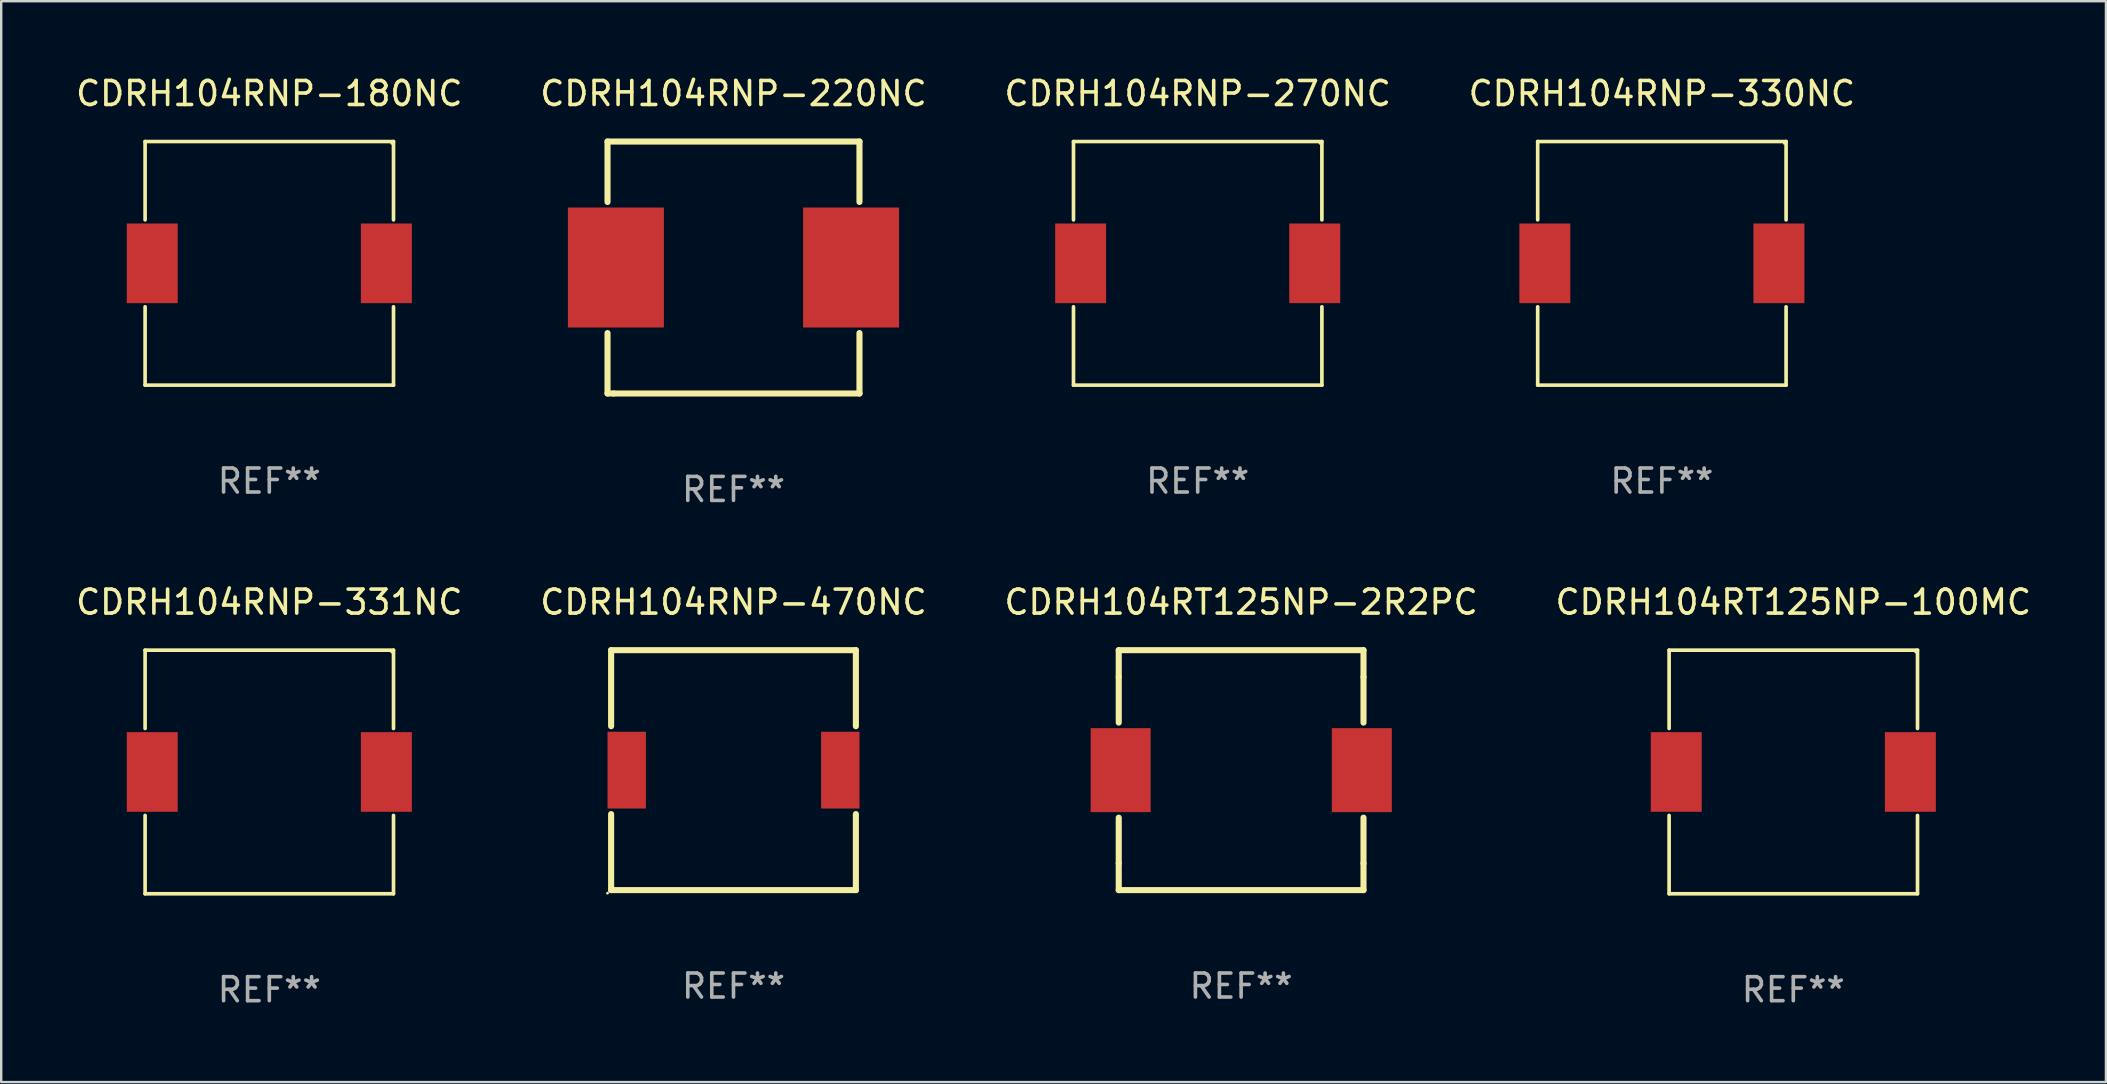
<source format=kicad_pcb>
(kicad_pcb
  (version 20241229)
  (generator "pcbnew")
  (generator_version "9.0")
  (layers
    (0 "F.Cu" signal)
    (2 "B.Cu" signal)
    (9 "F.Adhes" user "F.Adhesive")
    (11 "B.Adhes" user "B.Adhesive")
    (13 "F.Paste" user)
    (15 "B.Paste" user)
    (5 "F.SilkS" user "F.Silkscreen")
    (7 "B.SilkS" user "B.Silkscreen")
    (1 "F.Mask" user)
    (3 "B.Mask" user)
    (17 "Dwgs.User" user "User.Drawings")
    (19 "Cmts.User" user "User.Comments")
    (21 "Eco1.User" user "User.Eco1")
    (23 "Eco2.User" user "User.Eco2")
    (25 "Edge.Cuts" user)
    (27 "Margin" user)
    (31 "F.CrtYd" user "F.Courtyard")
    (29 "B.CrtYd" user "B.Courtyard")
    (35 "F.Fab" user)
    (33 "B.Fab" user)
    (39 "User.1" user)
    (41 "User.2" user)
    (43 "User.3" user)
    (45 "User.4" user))
  (footprint "CDRH104RNP-331NC"
    (layer "F.Cu")
    (at 8.173 29.121)
    (property "Reference" "CDRH104RNP-331NC" (at 0 -7.076 0) (layer "F.SilkS") (effects (font (size 1 1) (thickness 0.15))))
    (attr through_hole)
    (fp_line (start -5.176 -5.076) (end 5.176 -5.076) (stroke (width 0.152) (type solid)) (layer "F.SilkS"))
    (fp_line (start -5.176 -1.812) (end -5.176 -5.076) (stroke (width 0.152) (type solid)) (layer "F.SilkS"))
    (fp_line (start -5.176 1.812) (end -5.176 5.076) (stroke (width 0.152) (type solid)) (layer "F.SilkS"))
    (fp_line (start -5.176 5.076) (end 5.176 5.076) (stroke (width 0.152) (type solid)) (layer "F.SilkS"))
    (fp_line (start 5.176 -5.076) (end 5.176 -1.812) (stroke (width 0.152) (type solid)) (layer "F.SilkS"))
    (fp_line (start 5.176 5.076) (end 5.176 1.812) (stroke (width 0.152) (type solid)) (layer "F.SilkS"))
    (fp_circle (center 5.1 -5) (end 5.13 -5) (stroke (width 0.06) (type solid)) (fill no) (layer "F.SilkS"))
    (fp_text user "REF**" (at 0 9.076 0) (layer "F.Fab") (effects (font (size 1 1) (thickness 0.15))))
    (pad "1" smd rect (at 4.878 0) (size 2.124 3.32) (layers "F.Cu" "F.Mask" "F.Paste"))
    (pad "2" smd rect (at -4.878 0) (size 2.124 3.32) (layers "F.Cu" "F.Mask" "F.Paste")))
  (footprint "CDRH104RT125NP-100MC"
    (layer "F.Cu")
    (at 71.685 29.121)
    (property "Reference" "CDRH104RT125NP-100MC" (at 0 -7.076 0) (layer "F.SilkS") (effects (font (size 1 1) (thickness 0.15))))
    (attr through_hole)
    (fp_line (start -5.176 -5.076) (end 5.176 -5.076) (stroke (width 0.152) (type solid)) (layer "F.SilkS"))
    (fp_line (start -5.176 -1.812) (end -5.176 -5.076) (stroke (width 0.152) (type solid)) (layer "F.SilkS"))
    (fp_line (start -5.176 1.812) (end -5.176 5.076) (stroke (width 0.152) (type solid)) (layer "F.SilkS"))
    (fp_line (start -5.176 5.076) (end 5.176 5.076) (stroke (width 0.152) (type solid)) (layer "F.SilkS"))
    (fp_line (start 5.176 -5.076) (end 5.176 -1.812) (stroke (width 0.152) (type solid)) (layer "F.SilkS"))
    (fp_line (start 5.176 5.076) (end 5.176 1.812) (stroke (width 0.152) (type solid)) (layer "F.SilkS"))
    (fp_circle (center 5.1 -5) (end 5.13 -5) (stroke (width 0.06) (type solid)) (fill no) (layer "F.SilkS"))
    (fp_text user "REF**" (at 0 9.076 0) (layer "F.Fab") (effects (font (size 1 1) (thickness 0.15))))
    (pad "1" smd rect (at 4.878 0) (size 2.124 3.32) (layers "F.Cu" "F.Mask" "F.Paste"))
    (pad "2" smd rect (at -4.878 0) (size 2.124 3.32) (layers "F.Cu" "F.Mask" "F.Paste")))
  (footprint "CDRH104RT125NP-2R2PC"
    (layer "F.Cu")
    (at 48.673 29.045)
    (property "Reference" "CDRH104RT125NP-2R2PC" (at 0 -7 0) (layer "F.SilkS") (effects (font (size 1 1) (thickness 0.15))))
    (attr through_hole)
    (fp_line (start -5.1 -5) (end 5.1 -5) (stroke (width 0.254) (type solid)) (layer "F.SilkS"))
    (fp_line (start -5.1 -3.881) (end -5.1 -5) (stroke (width 0.254) (type solid)) (layer "F.SilkS"))
    (fp_line (start -5.1 -3.881) (end -5.1 -1.981) (stroke (width 0.254) (type solid)) (layer "F.SilkS"))
    (fp_line (start -5.1 1.981) (end -5.1 3.881) (stroke (width 0.254) (type solid)) (layer "F.SilkS"))
    (fp_line (start -5.1 5) (end -5.1 3.881) (stroke (width 0.254) (type solid)) (layer "F.SilkS"))
    (fp_line (start -5.1 5) (end 5.1 5) (stroke (width 0.254) (type solid)) (layer "F.SilkS"))
    (fp_line (start 5.1 -5) (end 5.1 -3.881) (stroke (width 0.254) (type solid)) (layer "F.SilkS"))
    (fp_line (start 5.1 -3.881) (end 5.1 -1.981) (stroke (width 0.254) (type solid)) (layer "F.SilkS"))
    (fp_line (start 5.1 1.981) (end 5.1 3.881) (stroke (width 0.254) (type solid)) (layer "F.SilkS"))
    (fp_line (start 5.1 3.881) (end 5.1 5) (stroke (width 0.254) (type solid)) (layer "F.SilkS"))
    (fp_circle (center -5.1 5) (end -5.07 5) (stroke (width 0.06) (type solid)) (fill no) (layer "F.SilkS"))
    (fp_text user "REF**" (at 0 9 0) (layer "F.Fab") (effects (font (size 1 1) (thickness 0.15))))
    (pad "1" smd rect (at -5.021 0) (size 2.5 3.5) (layers "F.Cu" "F.Mask" "F.Paste"))
    (pad "2" smd rect (at 5.03 0) (size 2.5 3.5) (layers "F.Cu" "F.Mask" "F.Paste")))
  (footprint "CDRH104RNP-270NC"
    (layer "F.Cu")
    (at 46.863 7.924)
    (property "Reference" "CDRH104RNP-270NC" (at 0 -7.076 0) (layer "F.SilkS") (effects (font (size 1 1) (thickness 0.15))))
    (attr through_hole)
    (fp_line (start -5.176 -5.076) (end 5.176 -5.076) (stroke (width 0.152) (type solid)) (layer "F.SilkS"))
    (fp_line (start -5.176 -1.812) (end -5.176 -5.076) (stroke (width 0.152) (type solid)) (layer "F.SilkS"))
    (fp_line (start -5.176 1.812) (end -5.176 5.076) (stroke (width 0.152) (type solid)) (layer "F.SilkS"))
    (fp_line (start -5.176 5.076) (end 5.176 5.076) (stroke (width 0.152) (type solid)) (layer "F.SilkS"))
    (fp_line (start 5.176 -5.076) (end 5.176 -1.812) (stroke (width 0.152) (type solid)) (layer "F.SilkS"))
    (fp_line (start 5.176 5.076) (end 5.176 1.812) (stroke (width 0.152) (type solid)) (layer "F.SilkS"))
    (fp_circle (center 5.1 -5) (end 5.13 -5) (stroke (width 0.06) (type solid)) (fill no) (layer "F.SilkS"))
    (fp_text user "REF**" (at 0 9.076 0) (layer "F.Fab") (effects (font (size 1 1) (thickness 0.15))))
    (pad "1" smd rect (at 4.878 0) (size 2.124 3.32) (layers "F.Cu" "F.Mask" "F.Paste"))
    (pad "2" smd rect (at -4.878 0) (size 2.124 3.32) (layers "F.Cu" "F.Mask" "F.Paste")))
  (footprint "CDRH104RNP-180NC"
    (layer "F.Cu")
    (at 8.173 7.924)
    (property "Reference" "CDRH104RNP-180NC" (at 0 -7.076 0) (layer "F.SilkS") (effects (font (size 1 1) (thickness 0.15))))
    (attr through_hole)
    (fp_line (start -5.176 -5.076) (end 5.176 -5.076) (stroke (width 0.152) (type solid)) (layer "F.SilkS"))
    (fp_line (start -5.176 -1.812) (end -5.176 -5.076) (stroke (width 0.152) (type solid)) (layer "F.SilkS"))
    (fp_line (start -5.176 1.812) (end -5.176 5.076) (stroke (width 0.152) (type solid)) (layer "F.SilkS"))
    (fp_line (start -5.176 5.076) (end 5.176 5.076) (stroke (width 0.152) (type solid)) (layer "F.SilkS"))
    (fp_line (start 5.176 -5.076) (end 5.176 -1.812) (stroke (width 0.152) (type solid)) (layer "F.SilkS"))
    (fp_line (start 5.176 5.076) (end 5.176 1.812) (stroke (width 0.152) (type solid)) (layer "F.SilkS"))
    (fp_circle (center 5.1 -5) (end 5.13 -5) (stroke (width 0.06) (type solid)) (fill no) (layer "F.SilkS"))
    (fp_text user "REF**" (at 0 9.076 0) (layer "F.Fab") (effects (font (size 1 1) (thickness 0.15))))
    (pad "1" smd rect (at 4.878 0) (size 2.124 3.32) (layers "F.Cu" "F.Mask" "F.Paste"))
    (pad "2" smd rect (at -4.878 0) (size 2.124 3.32) (layers "F.Cu" "F.Mask" "F.Paste")))
  (footprint "CDRH104RNP-220NC"
    (layer "F.Cu")
    (at 27.518 8.098)
    (property "Reference" "CDRH104RNP-220NC" (at 0 -7.25 0) (layer "F.SilkS") (effects (font (size 1 1) (thickness 0.15))))
    (attr through_hole)
    (fp_line (start -5.25 -5.25) (end -5.25 -2.731) (stroke (width 0.254) (type solid)) (layer "F.SilkS"))
    (fp_line (start -5.25 -5.25) (end 5.25 -5.25) (stroke (width 0.254) (type solid)) (layer "F.SilkS"))
    (fp_line (start -5.25 2.731) (end -5.25 5.25) (stroke (width 0.254) (type solid)) (layer "F.SilkS"))
    (fp_line (start -4.989 5.25) (end -5.25 5.25) (stroke (width 0.254) (type solid)) (layer "F.SilkS"))
    (fp_line (start 5.25 -5.25) (end 5.25 -2.731) (stroke (width 0.254) (type solid)) (layer "F.SilkS"))
    (fp_line (start 5.25 2.731) (end 5.25 5.25) (stroke (width 0.254) (type solid)) (layer "F.SilkS"))
    (fp_line (start 5.25 5.25) (end -4.989 5.25) (stroke (width 0.254) (type solid)) (layer "F.SilkS"))
    (fp_circle (center -5.25 5.25) (end -5.22 5.25) (stroke (width 0.06) (type solid)) (fill no) (layer "F.SilkS"))
    (fp_text user "REF**" (at 0 9.25 0) (layer "F.Fab") (effects (font (size 1 1) (thickness 0.15))))
    (pad "1" smd rect (at -4.9 -0.000013) (size 4 5) (layers "F.Cu" "F.Mask" "F.Paste"))
    (pad "2" smd rect (at 4.9 -0.000013) (size 4 5) (layers "F.Cu" "F.Mask" "F.Paste")))
  (footprint "CDRH104RNP-330NC"
    (layer "F.Cu")
    (at 66.208 7.924)
    (property "Reference" "CDRH104RNP-330NC" (at 0 -7.076 0) (layer "F.SilkS") (effects (font (size 1 1) (thickness 0.15))))
    (attr through_hole)
    (fp_line (start -5.176 -5.076) (end 5.176 -5.076) (stroke (width 0.152) (type solid)) (layer "F.SilkS"))
    (fp_line (start -5.176 -1.812) (end -5.176 -5.076) (stroke (width 0.152) (type solid)) (layer "F.SilkS"))
    (fp_line (start -5.176 1.812) (end -5.176 5.076) (stroke (width 0.152) (type solid)) (layer "F.SilkS"))
    (fp_line (start -5.176 5.076) (end 5.176 5.076) (stroke (width 0.152) (type solid)) (layer "F.SilkS"))
    (fp_line (start 5.176 -5.076) (end 5.176 -1.812) (stroke (width 0.152) (type solid)) (layer "F.SilkS"))
    (fp_line (start 5.176 5.076) (end 5.176 1.812) (stroke (width 0.152) (type solid)) (layer "F.SilkS"))
    (fp_circle (center 5.1 -5) (end 5.13 -5) (stroke (width 0.06) (type solid)) (fill no) (layer "F.SilkS"))
    (fp_text user "REF**" (at 0 9.076 0) (layer "F.Fab") (effects (font (size 1 1) (thickness 0.15))))
    (pad "1" smd rect (at 4.878 0) (size 2.124 3.32) (layers "F.Cu" "F.Mask" "F.Paste"))
    (pad "2" smd rect (at -4.878 0) (size 2.124 3.32) (layers "F.Cu" "F.Mask" "F.Paste")))
  (footprint "CDRH104RNP-470NC"
    (layer "F.Cu")
    (at 27.518 29.045)
    (property "Reference" "CDRH104RNP-470NC" (at 0 -7 0) (layer "F.SilkS") (effects (font (size 1 1) (thickness 0.15))))
    (attr through_hole)
    (fp_line (start -5.1 -5) (end 5.1 -5) (stroke (width 0.254) (type solid)) (layer "F.SilkS"))
    (fp_line (start -5.1 -1.831) (end -5.1 -5) (stroke (width 0.254) (type solid)) (layer "F.SilkS"))
    (fp_line (start -5.1 5) (end -5.1 1.831) (stroke (width 0.254) (type solid)) (layer "F.SilkS"))
    (fp_line (start -5.1 5) (end 5.1 5) (stroke (width 0.254) (type solid)) (layer "F.SilkS"))
    (fp_line (start 5.1 -5) (end 5.1 -1.831) (stroke (width 0.254) (type solid)) (layer "F.SilkS"))
    (fp_line (start 5.1 1.831) (end 5.1 5) (stroke (width 0.254) (type solid)) (layer "F.SilkS"))
    (fp_circle (center -5.25 5.127) (end -5.22 5.127) (stroke (width 0.06) (type solid)) (fill no) (layer "F.SilkS"))
    (fp_text user "REF**" (at 0 9 0) (layer "F.Fab") (effects (font (size 1 1) (thickness 0.15))))
    (pad "1" smd rect (at -4.45 0 90) (size 3.2 1.6) (layers "F.Cu" "F.Mask" "F.Paste"))
    (pad "2" smd rect (at 4.45 0 90) (size 3.2 1.6) (layers "F.Cu" "F.Mask" "F.Paste")))
  (gr_rect
    (start -3 -3)
    (end 84.714 42.045)
    (stroke (width 0.1) (type default))
    (fill no)
    (layer "Edge.Cuts")))
</source>
